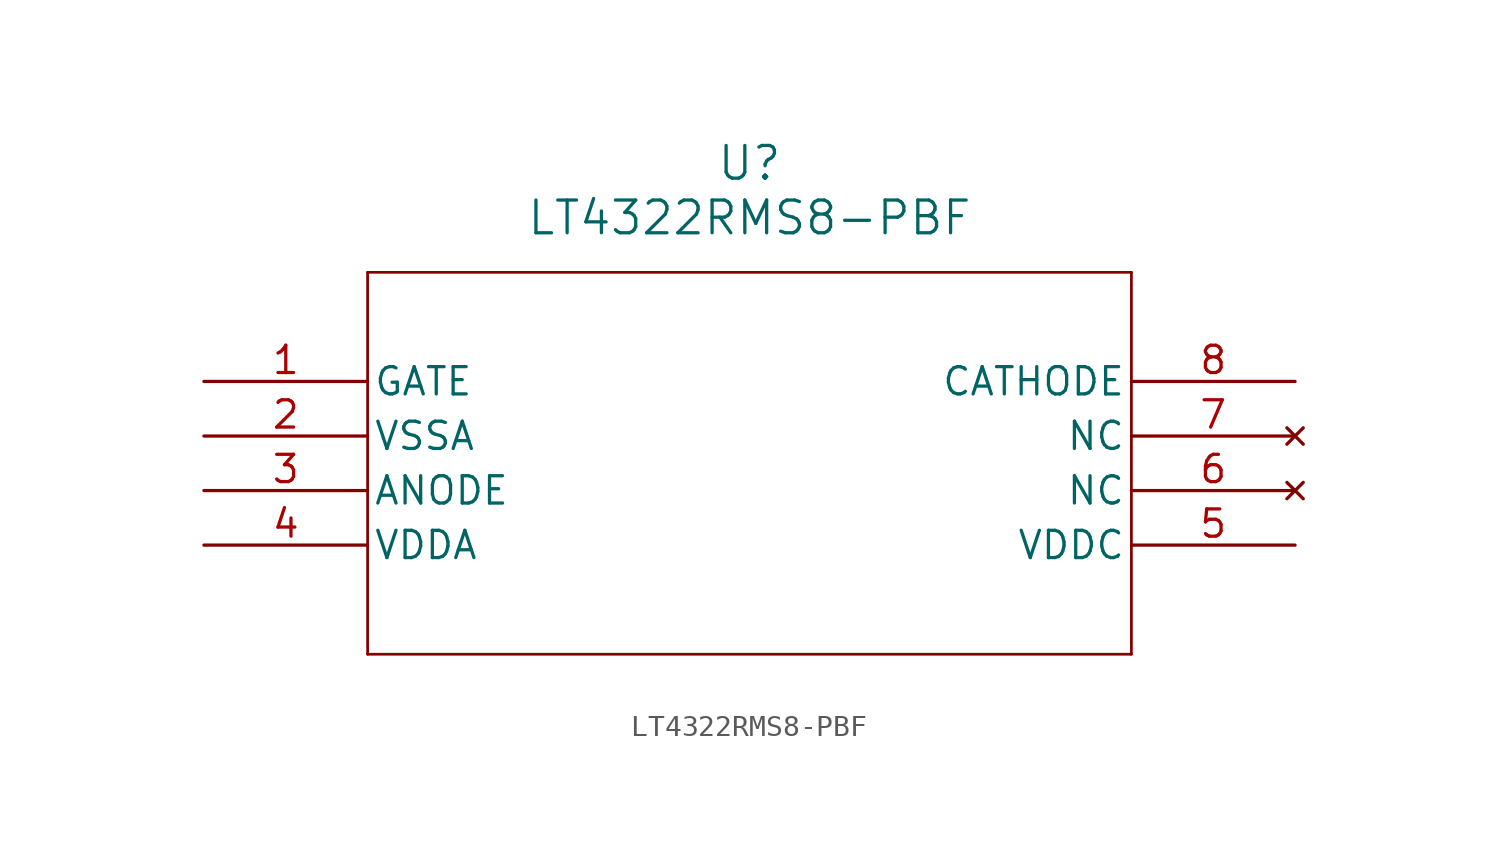
<source format=kicad_sym>
(kicad_symbol_lib
  (version 20211014)
  (generator kicad_symbol_editor)
  (symbol "LT4322RMS8-PBF"
    (pin_names
      (offset 0.254))
    (property "Reference" "U"
      (at 25.4 10.16 0)
      (effects (font (size 1.524 1.524))))
    (property "Value" "LT4322RMS8-PBF"
      (at 25.4 7.62 0)
      (effects (font (size 1.524 1.524))))
    (symbol "LT4322RMS8-PBF_0_1"
      (polyline (pts (xy 7.62 5.08) (xy 7.62 -12.7)) (stroke (width 0.127) (type default) (color 0 0 0 0)) (fill (type none)))
      (polyline (pts (xy 7.62 -12.7) (xy 43.18 -12.7)) (stroke (width 0.127) (type default) (color 0 0 0 0)) (fill (type none)))
      (polyline (pts (xy 43.18 -12.7) (xy 43.18 5.08)) (stroke (width 0.127) (type default) (color 0 0 0 0)) (fill (type none)))
      (polyline (pts (xy 43.18 5.08) (xy 7.62 5.08)) (stroke (width 0.127) (type default) (color 0 0 0 0)) (fill (type none)))
      (pin output line (at 0 0 0) (length 7.62) (name "GATE" (effects (font (size 1.27 1.27)))) (number "1" (effects (font (size 1.27 1.27)))))
      (pin power_out line (at 0 -2.54 0) (length 7.62) (name "VSSA" (effects (font (size 1.27 1.27)))) (number "2" (effects (font (size 1.27 1.27)))))
      (pin input line (at 0 -5.08 0) (length 7.62) (name "ANODE" (effects (font (size 1.27 1.27)))) (number "3" (effects (font (size 1.27 1.27)))))
      (pin power_in line (at 0 -7.62 0) (length 7.62) (name "VDDA" (effects (font (size 1.27 1.27)))) (number "4" (effects (font (size 1.27 1.27)))))
      (pin power_in line (at 50.8 -7.62 180) (length 7.62) (name "VDDC" (effects (font (size 1.27 1.27)))) (number "5" (effects (font (size 1.27 1.27)))))
      (pin no_connect line (at 50.8 -5.08 180) (length 7.62) (name "NC" (effects (font (size 1.27 1.27)))) (number "6" (effects (font (size 1.27 1.27)))))
      (pin no_connect line (at 50.8 -2.54 180) (length 7.62) (name "NC" (effects (font (size 1.27 1.27)))) (number "7" (effects (font (size 1.27 1.27)))))
      (pin input line (at 50.8 0 180) (length 7.62) (name "CATHODE" (effects (font (size 1.27 1.27)))) (number "8" (effects (font (size 1.27 1.27))))))))
</source>
